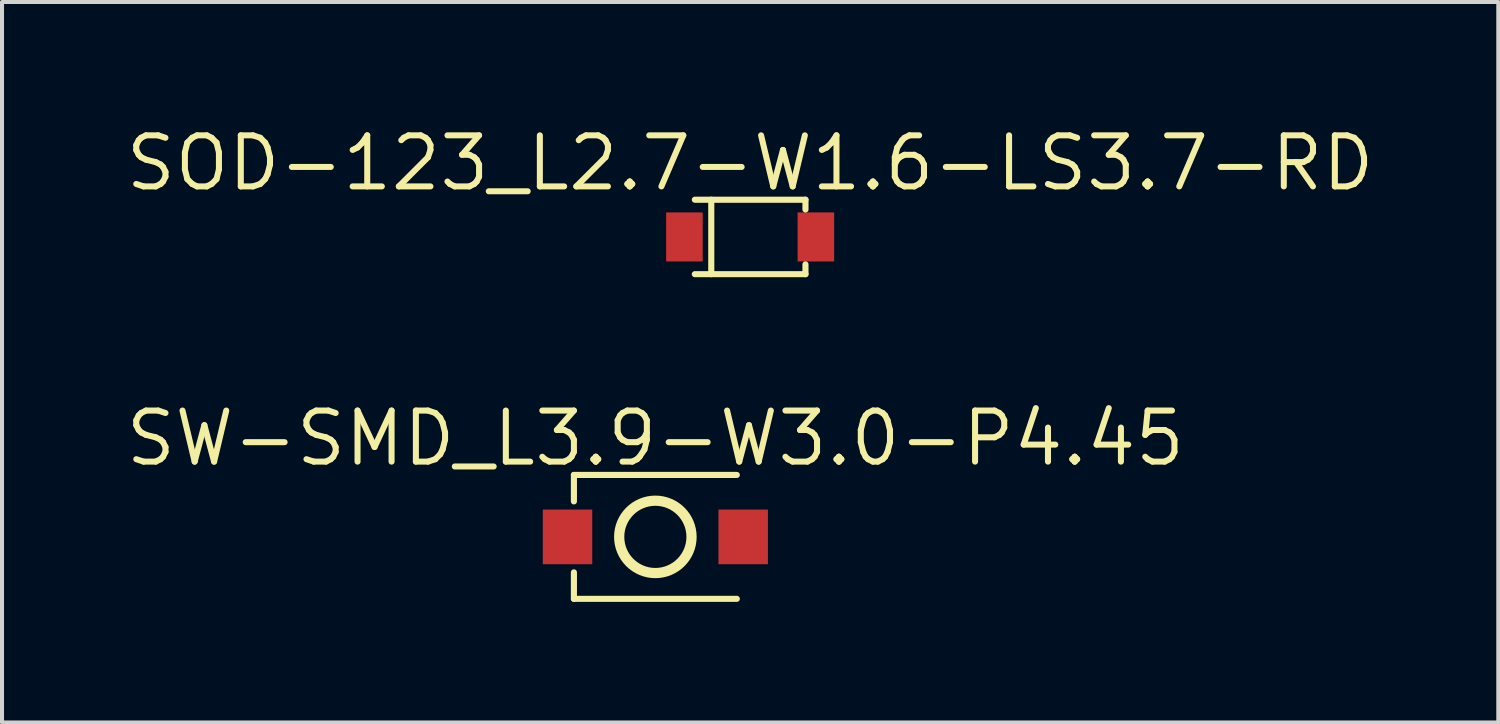
<source format=kicad_pcb>
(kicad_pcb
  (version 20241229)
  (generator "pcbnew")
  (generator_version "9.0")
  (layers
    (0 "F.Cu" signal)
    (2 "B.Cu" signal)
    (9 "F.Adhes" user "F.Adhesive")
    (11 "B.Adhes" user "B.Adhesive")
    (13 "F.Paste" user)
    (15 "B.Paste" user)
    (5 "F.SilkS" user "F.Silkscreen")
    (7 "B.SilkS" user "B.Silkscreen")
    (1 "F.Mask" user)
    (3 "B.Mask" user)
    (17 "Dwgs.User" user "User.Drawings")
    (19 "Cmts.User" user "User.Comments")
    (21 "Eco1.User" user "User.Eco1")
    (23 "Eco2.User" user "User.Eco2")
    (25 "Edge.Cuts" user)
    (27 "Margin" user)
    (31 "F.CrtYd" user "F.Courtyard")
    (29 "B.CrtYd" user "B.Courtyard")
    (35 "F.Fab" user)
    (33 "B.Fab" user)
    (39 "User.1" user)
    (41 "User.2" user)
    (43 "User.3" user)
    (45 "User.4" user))
  (footprint "SW-SMD_L3.9-W3.0-P4.45"
    (layer "F.Cu")
    (at 13.252 10.305)
    (property "Reference" "SW-SMD_L3.9-W3.0-P4.45" (at 0 -2.452 0) (layer "F.SilkS") (effects (font (size 1.27 1.27) (thickness 0.15))))
    (fp_line (start -2.026 -1.541) (end -2.026 -0.883) (stroke (width 0.152) (type default)) (layer "F.SilkS"))
    (fp_line (start -2.026 1.541) (end -2.026 0.883) (stroke (width 0.152) (type default)) (layer "F.SilkS"))
    (fp_line (start 2.026 -1.541) (end -2.026 -1.541) (stroke (width 0.152) (type default)) (layer "F.SilkS"))
    (fp_line (start 2.026 1.541) (end -2.026 1.541) (stroke (width 0.152) (type default)) (layer "F.SilkS"))
    (fp_circle (center 0 0) (end 0.9 0) (stroke (width 0.254) (type default)) (fill no) (layer "F.SilkS"))
    (fp_circle (center 2.5 -1.465) (end 2.53 -1.465) (stroke (width 0.06) (type default)) (fill no) (layer "User.5"))
    (pad "1" smd rect (at -2.185 0) (size 1.23 1.36) (layers "F.Cu" "F.Mask" "F.Paste"))
    (pad "2" smd rect (at 2.185 0) (size 1.23 1.36) (layers "F.Cu" "F.Mask" "F.Paste"))
    (zone (net_name "") (layer "F.SilkS") (hatch edge 0.5) (priority 100) (connect_pads yes) (min_thickness 0) (filled_areas_thickness no) (fill yes) (polygon (pts (xy 15.202 8.687) (xy 15.202 9.472) (xy 15.506 9.472) (xy 15.506 8.687))) (filled_polygon (layer "F.SilkS") (island) (pts (xy 15.202 8.687) (xy 15.202 9.472) (xy 15.506 9.472) (xy 15.506 8.687))))
    (zone (net_name "") (layer "F.SilkS") (hatch edge 0.5) (priority 100) (connect_pads yes) (min_thickness 0) (filled_areas_thickness no) (fill yes) (polygon (pts (xy 15.202 11.922) (xy 15.202 11.137) (xy 15.506 11.137) (xy 15.506 11.922))) (filled_polygon (layer "F.SilkS") (island) (pts (xy 15.202 11.922) (xy 15.202 11.137) (xy 15.506 11.137) (xy 15.506 11.922))))
    (zone (net_name "") (layer "User.3") (hatch edge 0.5) (priority 100) (connect_pads yes) (min_thickness 0) (filled_areas_thickness no) (fill yes) (polygon (pts (xy 15.202 8.84) (xy 15.202 11.77) (xy 11.302 11.77) (xy 11.302 8.84))) (filled_polygon (layer "User.3") (island) (pts (xy 15.202 8.84) (xy 15.202 11.77) (xy 11.302 11.77) (xy 11.302 8.84))))
    (zone (net_name "") (layer "User.4") (hatch edge 0.5) (priority 100) (connect_pads yes) (min_thickness 0) (filled_areas_thickness no) (fill yes) (polygon (pts (xy 10.752 9.655) (xy 10.752 10.955) (xy 11.652 10.955) (xy 11.652 9.655))) (filled_polygon (layer "User.4") (island) (pts (xy 10.752 9.655) (xy 10.752 10.955) (xy 11.652 10.955) (xy 11.652 9.655))))
    (zone (net_name "") (layer "User.4") (hatch edge 0.5) (priority 100) (connect_pads yes) (min_thickness 0) (filled_areas_thickness no) (fill yes) (polygon (pts (xy 15.752 9.655) (xy 15.752 10.955) (xy 14.852 10.955) (xy 14.852 9.655))) (filled_polygon (layer "User.4") (island) (pts (xy 15.752 9.655) (xy 15.752 10.955) (xy 14.852 10.955) (xy 14.852 9.655)))))
  (footprint "SOD-123_L2.7-W1.6-LS3.7-RD"
    (layer "F.Cu")
    (at 15.61 2.844)
    (property "Reference" "SOD-123_L2.7-W1.6-LS3.7-RD" (at 0 -1.837 0) (layer "F.SilkS") (effects (font (size 1.27 1.27) (thickness 0.15))))
    (fp_line (start -1.376 -0.926) (end 1.376 -0.926) (stroke (width 0.152) (type default)) (layer "F.SilkS"))
    (fp_line (start -1.376 0.926) (end 1.376 0.926) (stroke (width 0.152) (type default)) (layer "F.SilkS"))
    (fp_line (start -0.967 -0.926) (end -0.967 0.926) (stroke (width 0.152) (type default)) (layer "F.SilkS"))
    (fp_line (start 1.376 -0.926) (end 1.376 -0.683) (stroke (width 0.152) (type default)) (layer "F.SilkS"))
    (fp_line (start 1.376 0.926) (end 1.376 0.683) (stroke (width 0.152) (type default)) (layer "F.SilkS"))
    (fp_circle (center -1.85 0.8) (end -1.82 0.8) (stroke (width 0.06) (type default)) (fill no) (layer "User.5"))
    (pad "1" smd rect (at -1.635 0) (size 0.91 1.22) (layers "F.Cu" "F.Mask" "F.Paste"))
    (pad "2" smd rect (at 1.635 0) (size 0.91 1.22) (layers "F.Cu" "F.Mask" "F.Paste"))
    (zone (net_name "") (layer "F.SilkS") (hatch edge 0.5) (priority 100) (connect_pads yes) (min_thickness 0) (filled_areas_thickness no) (fill yes) (polygon (pts (xy 14.31 1.841) (xy 14.31 2.211) (xy 14.005 2.211) (xy 14.005 1.841))) (filled_polygon (layer "F.SilkS") (island) (pts (xy 14.31 1.841) (xy 14.31 2.211) (xy 14.005 2.211) (xy 14.005 1.841))))
    (zone (net_name "") (layer "F.SilkS") (hatch edge 0.5) (priority 100) (connect_pads yes) (min_thickness 0) (filled_areas_thickness no) (fill yes) (polygon (pts (xy 14.31 3.846) (xy 14.31 3.476) (xy 14.005 3.476) (xy 14.005 3.846))) (filled_polygon (layer "F.SilkS") (island) (pts (xy 14.31 3.846) (xy 14.31 3.476) (xy 14.005 3.476) (xy 14.005 3.846))))
    (zone (net_name "") (layer "Dwgs.User") (hatch edge 0.5) (priority 100) (connect_pads yes) (min_thickness 0) (filled_areas_thickness no) (fill yes) (polygon (pts (xy 14.514 2.742) (xy 14.514 2.946) (xy 15.33 2.946) (xy 15.33 2.742))) (filled_polygon (layer "Dwgs.User") (island) (pts (xy 14.514 2.742) (xy 14.514 2.946) (xy 15.33 2.946) (xy 15.33 2.742))))
    (zone (net_name "") (layer "Dwgs.User") (hatch edge 0.5) (priority 100) (connect_pads yes) (min_thickness 0) (filled_areas_thickness no) (fill yes) (polygon (pts (xy 16.4 2.164) (xy 16.4 3.524) (xy 16.196 3.524) (xy 16.196 2.164))) (filled_polygon (layer "Dwgs.User") (island) (pts (xy 16.4 2.164) (xy 16.4 3.524) (xy 16.196 3.524) (xy 16.196 2.164))))
    (zone (net_name "") (layer "Dwgs.User") (hatch edge 0.5) (priority 100) (connect_pads yes) (min_thickness 0) (filled_areas_thickness no) (fill yes) (polygon (pts (xy 16.706 2.742) (xy 16.706 2.946) (xy 15.89 2.946) (xy 15.89 2.742))) (filled_polygon (layer "Dwgs.User") (island) (pts (xy 16.706 2.742) (xy 16.706 2.946) (xy 15.89 2.946) (xy 15.89 2.742))))
    (zone (net_name "") (layer "User.3") (hatch edge 0.5) (priority 100) (connect_pads yes) (min_thickness 0) (filled_areas_thickness no) (fill yes) (polygon (pts (xy 14.265 3.644) (xy 14.265 2.044) (xy 16.955 2.044) (xy 16.955 3.644))) (filled_polygon (layer "User.3") (island) (pts (xy 14.265 3.644) (xy 14.265 2.044) (xy 16.955 2.044) (xy 16.955 3.644))))
    (zone (net_name "") (layer "User.4") (hatch edge 0.5) (priority 100) (connect_pads yes) (min_thickness 0) (filled_areas_thickness no) (fill yes) (polygon (pts (xy 13.765 2.544) (xy 14.015 2.544) (xy 14.015 3.144) (xy 13.765 3.144))) (filled_polygon (layer "User.4") (island) (pts (xy 13.765 2.544) (xy 14.015 2.544) (xy 14.015 3.144) (xy 13.765 3.144))))
    (zone (net_name "") (layer "User.4") (hatch edge 0.5) (priority 100) (connect_pads) (min_thickness 0) (filled_areas_thickness no) (keepout (tracks allowed) (vias allowed) (pads allowed) (copperpour not_allowed) (footprints allowed)) (placement (enabled no)) (fill) (polygon (pts (xy 13.8 3.144) (xy 14.28 3.144) (xy 14.28 2.544) (xy 13.8 2.544))))
    (zone (net_name "") (layer "User.4") (hatch edge 0.5) (priority 100) (connect_pads yes) (min_thickness 0) (filled_areas_thickness no) (fill yes) (polygon (pts (xy 17.205 2.544) (xy 17.455 2.544) (xy 17.455 3.144) (xy 17.205 3.144))) (filled_polygon (layer "User.4") (island) (pts (xy 17.205 2.544) (xy 17.455 2.544) (xy 17.455 3.144) (xy 17.205 3.144))))
    (zone (net_name "") (layer "User.4") (hatch edge 0.5) (priority 100) (connect_pads) (min_thickness 0) (filled_areas_thickness no) (keepout (tracks allowed) (vias allowed) (pads allowed) (copperpour not_allowed) (footprints allowed)) (placement (enabled no)) (fill) (polygon (pts (xy 17.42 2.544) (xy 16.94 2.544) (xy 16.94 3.144) (xy 17.42 3.144)))))
  (gr_rect
    (start -3 -3)
    (end 34.22 14.922)
    (stroke (width 0.1) (type default))
    (fill no)
    (layer "Edge.Cuts")))
</source>
